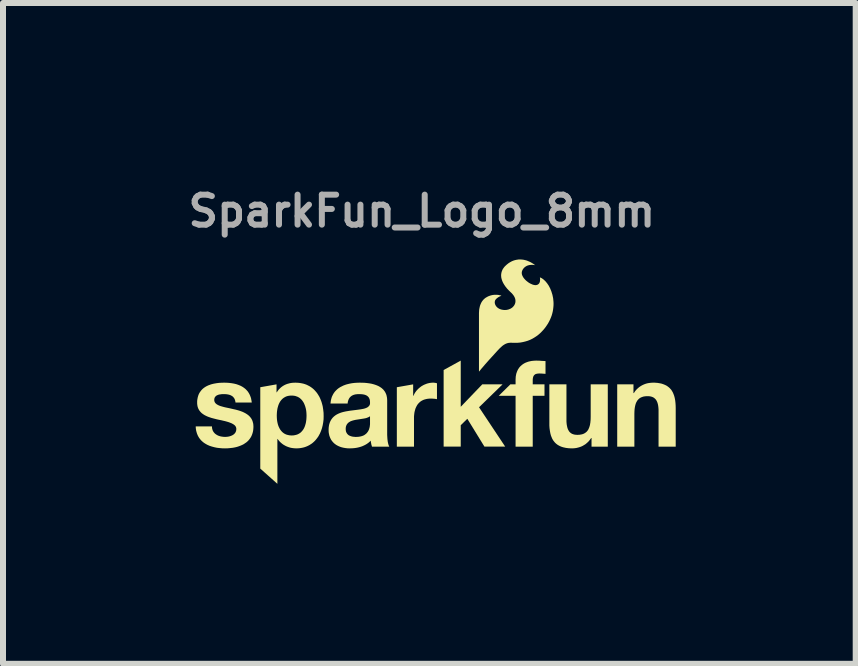
<source format=kicad_pcb>
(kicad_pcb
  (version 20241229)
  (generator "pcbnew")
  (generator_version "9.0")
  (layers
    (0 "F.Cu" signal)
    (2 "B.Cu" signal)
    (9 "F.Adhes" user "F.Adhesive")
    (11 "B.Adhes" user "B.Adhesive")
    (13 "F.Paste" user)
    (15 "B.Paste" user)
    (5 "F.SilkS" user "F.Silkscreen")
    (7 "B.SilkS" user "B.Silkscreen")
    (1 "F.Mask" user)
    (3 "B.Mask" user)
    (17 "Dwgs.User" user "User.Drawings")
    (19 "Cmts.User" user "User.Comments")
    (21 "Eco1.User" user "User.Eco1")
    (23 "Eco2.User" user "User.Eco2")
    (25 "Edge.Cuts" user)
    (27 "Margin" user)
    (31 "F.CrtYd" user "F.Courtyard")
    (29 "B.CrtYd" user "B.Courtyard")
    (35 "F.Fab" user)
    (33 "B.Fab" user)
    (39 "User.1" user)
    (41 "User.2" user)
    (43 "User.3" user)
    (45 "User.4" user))
  (footprint "SparkFun_Logo_8mm"
    (layer "F.Cu")
    (at 4.181 3.868)
    (property "Reference" "SparkFun_Logo_8mm" (at -0.2 -3.4 0) (layer "F.Fab") (effects (font (size 0.5 0.5) (thickness 0.1))))
    (attr board_only exclude_from_pos_files exclude_from_bom)
    (fp_poly (pts (xy 0.448 -0.138) (xy 0.807 -0.512) (xy 1.145 -0.512) (xy 0.753 -0.13) (xy 1.189 0.526) (xy 0.843 0.526) (xy 0.558 0.062) (xy 0.448 0.169) (xy 0.448 0.526) (xy 0.163 0.526) (xy 0.163 -0.751) (xy 0.448 -0.908)) (stroke (width 0) (type solid)) (fill yes) (layer "F.SilkS"))
    (fp_poly (pts (xy -0.006 -0.54) (xy -0.002 -0.54) (xy 0.002 -0.54) (xy 0.006 -0.539) (xy 0.014 -0.538) (xy 0.022 -0.537) (xy 0.03 -0.536) (xy 0.037 -0.534) (xy 0.045 -0.532) (xy 0.052 -0.53) (xy 0.052 -0.265) (xy 0.042 -0.267) (xy 0.03 -0.269) (xy 0.017 -0.271) (xy 0.004 -0.272) (xy -0.01 -0.273) (xy -0.023 -0.274) (xy -0.037 -0.275) (xy -0.05 -0.275) (xy -0.07 -0.275) (xy -0.088 -0.273) (xy -0.106 -0.271) (xy -0.123 -0.268) (xy -0.139 -0.264) (xy -0.154 -0.26) (xy -0.169 -0.255) (xy -0.183 -0.249) (xy -0.196 -0.242) (xy -0.209 -0.235) (xy -0.221 -0.227) (xy -0.232 -0.218) (xy -0.242 -0.209) (xy -0.252 -0.199) (xy -0.261 -0.189) (xy -0.27 -0.178) (xy -0.278 -0.166) (xy -0.285 -0.154) (xy -0.292 -0.141) (xy -0.298 -0.128) (xy -0.304 -0.115) (xy -0.309 -0.101) (xy -0.313 -0.086) (xy -0.317 -0.072) (xy -0.321 -0.056) (xy -0.324 -0.041) (xy -0.328 -0.009) (xy -0.331 0.024) (xy -0.331 0.059) (xy -0.331 0.527) (xy -0.617 0.527) (xy -0.617 -0.464) (xy -0.345 -0.512) (xy -0.345 -0.319) (xy -0.342 -0.319) (xy -0.336 -0.331) (xy -0.33 -0.343) (xy -0.324 -0.355) (xy -0.318 -0.366) (xy -0.311 -0.377) (xy -0.303 -0.388) (xy -0.295 -0.399) (xy -0.287 -0.409) (xy -0.278 -0.419) (xy -0.269 -0.428) (xy -0.26 -0.438) (xy -0.25 -0.446) (xy -0.24 -0.455) (xy -0.23 -0.463) (xy -0.22 -0.471) (xy -0.209 -0.479) (xy -0.198 -0.486) (xy -0.187 -0.492) (xy -0.175 -0.499) (xy -0.163 -0.505) (xy -0.151 -0.51) (xy -0.139 -0.515) (xy -0.127 -0.52) (xy -0.114 -0.524) (xy -0.102 -0.528) (xy -0.089 -0.531) (xy -0.076 -0.534) (xy -0.063 -0.536) (xy -0.05 -0.538) (xy -0.037 -0.539) (xy -0.023 -0.54) (xy -0.01 -0.54)) (stroke (width 0) (type solid)) (fill yes) (layer "F.SilkS"))
    (fp_poly (pts (xy 1.729 -0.907) (xy 1.748 -0.907) (xy 1.767 -0.906) (xy 1.786 -0.904) (xy 1.824 -0.902) (xy 1.842 -0.901) (xy 1.861 -0.9) (xy 1.861 -0.687) (xy 1.848 -0.688) (xy 1.835 -0.689) (xy 1.822 -0.69) (xy 1.808 -0.691) (xy 1.795 -0.692) (xy 1.782 -0.692) (xy 1.769 -0.693) (xy 1.756 -0.693) (xy 1.742 -0.692) (xy 1.735 -0.692) (xy 1.729 -0.691) (xy 1.723 -0.69) (xy 1.717 -0.689) (xy 1.712 -0.688) (xy 1.706 -0.686) (xy 1.701 -0.685) (xy 1.696 -0.683) (xy 1.692 -0.681) (xy 1.687 -0.678) (xy 1.683 -0.675) (xy 1.68 -0.673) (xy 1.676 -0.669) (xy 1.673 -0.666) (xy 1.669 -0.662) (xy 1.666 -0.658) (xy 1.664 -0.654) (xy 1.661 -0.65) (xy 1.659 -0.645) (xy 1.657 -0.64) (xy 1.655 -0.635) (xy 1.654 -0.629) (xy 1.652 -0.623) (xy 1.651 -0.617) (xy 1.65 -0.611) (xy 1.649 -0.604) (xy 1.648 -0.59) (xy 1.648 -0.574) (xy 1.648 -0.512) (xy 1.844 -0.512) (xy 1.844 -0.321) (xy 1.648 -0.321) (xy 1.648 0.527) (xy 1.362 0.527) (xy 1.362 -0.321) (xy 1.081 -0.321) (xy 1.275 -0.512) (xy 1.362 -0.512) (xy 1.362 -0.592) (xy 1.363 -0.609) (xy 1.364 -0.626) (xy 1.365 -0.643) (xy 1.368 -0.659) (xy 1.371 -0.675) (xy 1.374 -0.69) (xy 1.379 -0.705) (xy 1.384 -0.719) (xy 1.39 -0.734) (xy 1.396 -0.747) (xy 1.403 -0.761) (xy 1.411 -0.773) (xy 1.419 -0.786) (xy 1.428 -0.797) (xy 1.438 -0.809) (xy 1.449 -0.819) (xy 1.46 -0.829) (xy 1.472 -0.839) (xy 1.484 -0.848) (xy 1.498 -0.857) (xy 1.512 -0.865) (xy 1.526 -0.872) (xy 1.541 -0.878) (xy 1.557 -0.884) (xy 1.574 -0.89) (xy 1.591 -0.894) (xy 1.609 -0.898) (xy 1.628 -0.902) (xy 1.648 -0.904) (xy 1.668 -0.906) (xy 1.688 -0.907) (xy 1.71 -0.908)) (stroke (width 0) (type solid)) (fill yes) (layer "F.SilkS"))
    (fp_poly (pts (xy 2.21 0.074) (xy 2.21 0.105) (xy 2.212 0.134) (xy 2.215 0.161) (xy 2.22 0.186) (xy 2.225 0.209) (xy 2.232 0.23) (xy 2.236 0.24) (xy 2.241 0.249) (xy 2.246 0.258) (xy 2.251 0.266) (xy 2.256 0.274) (xy 2.262 0.281) (xy 2.269 0.288) (xy 2.276 0.294) (xy 2.283 0.3) (xy 2.291 0.305) (xy 2.299 0.31) (xy 2.307 0.314) (xy 2.316 0.317) (xy 2.326 0.321) (xy 2.336 0.323) (xy 2.346 0.326) (xy 2.357 0.327) (xy 2.368 0.329) (xy 2.38 0.329) (xy 2.393 0.33) (xy 2.407 0.329) (xy 2.421 0.329) (xy 2.434 0.327) (xy 2.446 0.325) (xy 2.459 0.323) (xy 2.47 0.32) (xy 2.482 0.317) (xy 2.492 0.313) (xy 2.503 0.308) (xy 2.512 0.303) (xy 2.522 0.297) (xy 2.53 0.291) (xy 2.539 0.284) (xy 2.547 0.277) (xy 2.554 0.269) (xy 2.561 0.26) (xy 2.568 0.251) (xy 2.574 0.241) (xy 2.579 0.23) (xy 2.584 0.219) (xy 2.589 0.207) (xy 2.593 0.195) (xy 2.597 0.182) (xy 2.601 0.168) (xy 2.604 0.153) (xy 2.606 0.138) (xy 2.609 0.122) (xy 2.61 0.106) (xy 2.612 0.088) (xy 2.613 0.07) (xy 2.614 0.032) (xy 2.614 -0.512) (xy 2.899 -0.512) (xy 2.899 0.527) (xy 2.628 0.527) (xy 2.628 0.382) (xy 2.622 0.382) (xy 2.615 0.393) (xy 2.607 0.403) (xy 2.6 0.413) (xy 2.592 0.423) (xy 2.584 0.433) (xy 2.576 0.442) (xy 2.567 0.45) (xy 2.558 0.459) (xy 2.549 0.467) (xy 2.54 0.474) (xy 2.531 0.482) (xy 2.521 0.489) (xy 2.501 0.501) (xy 2.481 0.513) (xy 2.46 0.523) (xy 2.439 0.531) (xy 2.417 0.538) (xy 2.394 0.544) (xy 2.372 0.549) (xy 2.349 0.552) (xy 2.327 0.554) (xy 2.304 0.555) (xy 2.276 0.554) (xy 2.25 0.553) (xy 2.225 0.55) (xy 2.201 0.547) (xy 2.178 0.542) (xy 2.156 0.537) (xy 2.136 0.531) (xy 2.117 0.524) (xy 2.099 0.516) (xy 2.082 0.507) (xy 2.066 0.498) (xy 2.051 0.487) (xy 2.037 0.476) (xy 2.024 0.464) (xy 2.012 0.451) (xy 2.001 0.437) (xy 1.99 0.423) (xy 1.981 0.408) (xy 1.972 0.392) (xy 1.965 0.375) (xy 1.958 0.358) (xy 1.951 0.34) (xy 1.946 0.321) (xy 1.941 0.302) (xy 1.934 0.262) (xy 1.928 0.219) (xy 1.925 0.174) (xy 1.925 0.127) (xy 1.925 -0.512) (xy 2.21 -0.512)) (stroke (width 0) (type solid)) (fill yes) (layer "F.SilkS"))
    (fp_poly (pts (xy 3.679 -0.54) (xy 3.705 -0.538) (xy 3.73 -0.536) (xy 3.754 -0.532) (xy 3.777 -0.528) (xy 3.799 -0.523) (xy 3.819 -0.516) (xy 3.838 -0.509) (xy 3.856 -0.501) (xy 3.873 -0.493) (xy 3.889 -0.483) (xy 3.904 -0.472) (xy 3.918 -0.461) (xy 3.931 -0.449) (xy 3.943 -0.436) (xy 3.955 -0.423) (xy 3.965 -0.408) (xy 3.974 -0.393) (xy 3.983 -0.377) (xy 3.99 -0.361) (xy 3.997 -0.343) (xy 4.004 -0.325) (xy 4.009 -0.307) (xy 4.014 -0.288) (xy 4.022 -0.247) (xy 4.027 -0.204) (xy 4.03 -0.159) (xy 4.031 -0.112) (xy 4.031 0.527) (xy 3.745 0.527) (xy 3.745 -0.06) (xy 3.745 -0.091) (xy 3.743 -0.12) (xy 3.74 -0.147) (xy 3.736 -0.172) (xy 3.73 -0.195) (xy 3.723 -0.216) (xy 3.719 -0.225) (xy 3.714 -0.235) (xy 3.71 -0.243) (xy 3.704 -0.252) (xy 3.699 -0.259) (xy 3.693 -0.266) (xy 3.686 -0.273) (xy 3.679 -0.279) (xy 3.672 -0.285) (xy 3.665 -0.29) (xy 3.656 -0.295) (xy 3.648 -0.299) (xy 3.639 -0.303) (xy 3.629 -0.306) (xy 3.619 -0.309) (xy 3.609 -0.311) (xy 3.598 -0.313) (xy 3.587 -0.314) (xy 3.575 -0.315) (xy 3.563 -0.315) (xy 3.548 -0.315) (xy 3.535 -0.314) (xy 3.521 -0.313) (xy 3.509 -0.311) (xy 3.496 -0.309) (xy 3.485 -0.306) (xy 3.474 -0.302) (xy 3.463 -0.298) (xy 3.453 -0.294) (xy 3.443 -0.289) (xy 3.434 -0.283) (xy 3.425 -0.277) (xy 3.416 -0.27) (xy 3.409 -0.262) (xy 3.401 -0.254) (xy 3.394 -0.246) (xy 3.388 -0.236) (xy 3.382 -0.226) (xy 3.376 -0.216) (xy 3.371 -0.205) (xy 3.366 -0.193) (xy 3.362 -0.18) (xy 3.358 -0.167) (xy 3.355 -0.153) (xy 3.352 -0.139) (xy 3.349 -0.123) (xy 3.347 -0.108) (xy 3.345 -0.091) (xy 3.344 -0.074) (xy 3.343 -0.056) (xy 3.342 -0.018) (xy 3.342 0.527) (xy 3.056 0.527) (xy 3.056 -0.512) (xy 3.327 -0.512) (xy 3.327 -0.367) (xy 3.334 -0.367) (xy 3.341 -0.378) (xy 3.348 -0.389) (xy 3.355 -0.399) (xy 3.363 -0.409) (xy 3.371 -0.418) (xy 3.379 -0.427) (xy 3.388 -0.436) (xy 3.397 -0.444) (xy 3.406 -0.452) (xy 3.415 -0.46) (xy 3.424 -0.467) (xy 3.434 -0.474) (xy 3.454 -0.487) (xy 3.474 -0.498) (xy 3.495 -0.508) (xy 3.517 -0.517) (xy 3.538 -0.524) (xy 3.561 -0.53) (xy 3.583 -0.534) (xy 3.606 -0.537) (xy 3.628 -0.539) (xy 3.651 -0.54)) (stroke (width 0) (type solid)) (fill yes) (layer "F.SilkS"))
    (fp_poly (pts (xy -2.279 -0.539) (xy -2.25 -0.537) (xy -2.222 -0.533) (xy -2.195 -0.528) (xy -2.169 -0.522) (xy -2.144 -0.514) (xy -2.12 -0.505) (xy -2.098 -0.494) (xy -2.076 -0.483) (xy -2.055 -0.47) (xy -2.035 -0.456) (xy -2.016 -0.441) (xy -1.998 -0.425) (xy -1.982 -0.408) (xy -1.966 -0.39) (xy -1.951 -0.372) (xy -1.937 -0.352) (xy -1.924 -0.331) (xy -1.911 -0.31) (xy -1.9 -0.288) (xy -1.89 -0.265) (xy -1.881 -0.242) (xy -1.872 -0.218) (xy -1.865 -0.193) (xy -1.858 -0.168) (xy -1.852 -0.143) (xy -1.844 -0.09) (xy -1.838 -0.037) (xy -1.837 0.018) (xy -1.838 0.07) (xy -1.844 0.121) (xy -1.853 0.171) (xy -1.865 0.219) (xy -1.881 0.266) (xy -1.9 0.31) (xy -1.912 0.331) (xy -1.923 0.352) (xy -1.936 0.371) (xy -1.95 0.39) (xy -1.965 0.409) (xy -1.98 0.426) (xy -1.997 0.443) (xy -2.014 0.458) (xy -2.032 0.473) (xy -2.052 0.486) (xy -2.072 0.499) (xy -2.093 0.51) (xy -2.114 0.52) (xy -2.137 0.529) (xy -2.161 0.537) (xy -2.185 0.543) (xy -2.211 0.548) (xy -2.237 0.552) (xy -2.264 0.554) (xy -2.293 0.555) (xy -2.316 0.554) (xy -2.339 0.552) (xy -2.362 0.549) (xy -2.385 0.545) (xy -2.407 0.539) (xy -2.428 0.532) (xy -2.449 0.524) (xy -2.469 0.515) (xy -2.489 0.504) (xy -2.508 0.493) (xy -2.526 0.48) (xy -2.543 0.466) (xy -2.56 0.451) (xy -2.576 0.434) (xy -2.59 0.417) (xy -2.604 0.398) (xy -2.608 0.398) (xy -2.608 1.146) (xy -2.893 0.892) (xy -2.893 0.01) (xy -2.618 0.01) (xy -2.617 0.042) (xy -2.615 0.073) (xy -2.611 0.103) (xy -2.605 0.133) (xy -2.598 0.161) (xy -2.588 0.189) (xy -2.576 0.214) (xy -2.57 0.226) (xy -2.563 0.238) (xy -2.555 0.249) (xy -2.547 0.26) (xy -2.538 0.27) (xy -2.529 0.28) (xy -2.519 0.289) (xy -2.509 0.297) (xy -2.498 0.305) (xy -2.486 0.312) (xy -2.474 0.318) (xy -2.461 0.324) (xy -2.447 0.328) (xy -2.433 0.332) (xy -2.418 0.335) (xy -2.402 0.338) (xy -2.386 0.339) (xy -2.369 0.34) (xy -2.352 0.339) (xy -2.335 0.338) (xy -2.32 0.335) (xy -2.305 0.332) (xy -2.29 0.328) (xy -2.277 0.324) (xy -2.264 0.318) (xy -2.252 0.312) (xy -2.24 0.305) (xy -2.229 0.297) (xy -2.218 0.289) (xy -2.209 0.28) (xy -2.2 0.27) (xy -2.191 0.26) (xy -2.183 0.249) (xy -2.175 0.238) (xy -2.168 0.226) (xy -2.162 0.214) (xy -2.156 0.202) (xy -2.151 0.189) (xy -2.146 0.175) (xy -2.142 0.161) (xy -2.138 0.147) (xy -2.134 0.133) (xy -2.129 0.103) (xy -2.125 0.073) (xy -2.123 0.042) (xy -2.122 0.01) (xy -2.123 -0.021) (xy -2.125 -0.052) (xy -2.129 -0.083) (xy -2.135 -0.112) (xy -2.143 -0.141) (xy -2.153 -0.169) (xy -2.164 -0.195) (xy -2.171 -0.208) (xy -2.178 -0.22) (xy -2.186 -0.231) (xy -2.194 -0.243) (xy -2.203 -0.253) (xy -2.212 -0.263) (xy -2.222 -0.272) (xy -2.232 -0.281) (xy -2.243 -0.289) (xy -2.255 -0.296) (xy -2.267 -0.303) (xy -2.28 -0.308) (xy -2.294 -0.313) (xy -2.308 -0.318) (xy -2.323 -0.321) (xy -2.338 -0.323) (xy -2.354 -0.325) (xy -2.371 -0.325) (xy -2.388 -0.325) (xy -2.404 -0.323) (xy -2.42 -0.321) (xy -2.435 -0.318) (xy -2.449 -0.314) (xy -2.463 -0.309) (xy -2.476 -0.303) (xy -2.488 -0.296) (xy -2.5 -0.289) (xy -2.511 -0.281) (xy -2.521 -0.273) (xy -2.531 -0.263) (xy -2.54 -0.254) (xy -2.549 -0.243) (xy -2.557 -0.232) (xy -2.565 -0.221) (xy -2.571 -0.209) (xy -2.578 -0.196) (xy -2.584 -0.183) (xy -2.589 -0.17) (xy -2.594 -0.156) (xy -2.598 -0.142) (xy -2.602 -0.128) (xy -2.606 -0.113) (xy -2.611 -0.083) (xy -2.615 -0.053) (xy -2.617 -0.021) (xy -2.618 0.01) (xy -2.893 0.01) (xy -2.893 -0.464) (xy -2.622 -0.512) (xy -2.622 -0.379) (xy -2.618 -0.379) (xy -2.611 -0.39) (xy -2.604 -0.4) (xy -2.597 -0.409) (xy -2.59 -0.419) (xy -2.582 -0.428) (xy -2.574 -0.436) (xy -2.566 -0.444) (xy -2.558 -0.452) (xy -2.55 -0.459) (xy -2.541 -0.467) (xy -2.532 -0.473) (xy -2.523 -0.48) (xy -2.514 -0.486) (xy -2.505 -0.491) (xy -2.495 -0.497) (xy -2.485 -0.502) (xy -2.475 -0.507) (xy -2.465 -0.511) (xy -2.445 -0.519) (xy -2.423 -0.525) (xy -2.401 -0.531) (xy -2.379 -0.535) (xy -2.356 -0.538) (xy -2.333 -0.539) (xy -2.309 -0.54)) (stroke (width 0) (type solid)) (fill yes) (layer "F.SilkS"))
    (fp_poly (pts (xy -1.195 -0.539) (xy -1.155 -0.538) (xy -1.115 -0.534) (xy -1.076 -0.529) (xy -1.037 -0.522) (xy -0.999 -0.512) (xy -0.963 -0.5) (xy -0.929 -0.486) (xy -0.912 -0.477) (xy -0.897 -0.468) (xy -0.882 -0.458) (xy -0.868 -0.448) (xy -0.855 -0.436) (xy -0.842 -0.424) (xy -0.831 -0.41) (xy -0.82 -0.396) (xy -0.811 -0.381) (xy -0.803 -0.365) (xy -0.795 -0.347) (xy -0.789 -0.329) (xy -0.785 -0.31) (xy -0.781 -0.289) (xy -0.779 -0.268) (xy -0.778 -0.245) (xy -0.778 0.296) (xy -0.778 0.331) (xy -0.776 0.366) (xy -0.774 0.399) (xy -0.77 0.431) (xy -0.768 0.446) (xy -0.765 0.46) (xy -0.762 0.473) (xy -0.759 0.486) (xy -0.755 0.498) (xy -0.751 0.508) (xy -0.747 0.518) (xy -0.742 0.527) (xy -1.031 0.527) (xy -1.035 0.514) (xy -1.038 0.502) (xy -1.042 0.49) (xy -1.044 0.477) (xy -1.047 0.464) (xy -1.049 0.452) (xy -1.051 0.439) (xy -1.052 0.426) (xy -1.069 0.443) (xy -1.087 0.459) (xy -1.106 0.473) (xy -1.126 0.486) (xy -1.147 0.498) (xy -1.168 0.508) (xy -1.19 0.518) (xy -1.212 0.526) (xy -1.235 0.533) (xy -1.258 0.539) (xy -1.281 0.544) (xy -1.305 0.548) (xy -1.329 0.551) (xy -1.353 0.553) (xy -1.377 0.554) (xy -1.401 0.555) (xy -1.438 0.554) (xy -1.473 0.55) (xy -1.508 0.544) (xy -1.54 0.536) (xy -1.556 0.531) (xy -1.571 0.525) (xy -1.586 0.519) (xy -1.6 0.512) (xy -1.614 0.505) (xy -1.627 0.497) (xy -1.64 0.488) (xy -1.652 0.479) (xy -1.664 0.469) (xy -1.675 0.458) (xy -1.685 0.447) (xy -1.695 0.435) (xy -1.704 0.423) (xy -1.713 0.41) (xy -1.72 0.396) (xy -1.727 0.382) (xy -1.733 0.367) (xy -1.739 0.351) (xy -1.744 0.335) (xy -1.747 0.318) (xy -1.751 0.3) (xy -1.753 0.282) (xy -1.754 0.263) (xy -1.754 0.243) (xy -1.754 0.231) (xy -1.469 0.231) (xy -1.469 0.241) (xy -1.468 0.25) (xy -1.467 0.259) (xy -1.466 0.267) (xy -1.464 0.275) (xy -1.461 0.282) (xy -1.458 0.289) (xy -1.455 0.296) (xy -1.451 0.302) (xy -1.447 0.308) (xy -1.443 0.314) (xy -1.438 0.319) (xy -1.433 0.324) (xy -1.428 0.329) (xy -1.423 0.333) (xy -1.417 0.337) (xy -1.41 0.34) (xy -1.404 0.344) (xy -1.397 0.347) (xy -1.39 0.349) (xy -1.383 0.352) (xy -1.376 0.354) (xy -1.369 0.356) (xy -1.361 0.358) (xy -1.345 0.361) (xy -1.329 0.362) (xy -1.312 0.364) (xy -1.294 0.364) (xy -1.274 0.363) (xy -1.255 0.362) (xy -1.237 0.359) (xy -1.221 0.356) (xy -1.205 0.352) (xy -1.19 0.347) (xy -1.177 0.342) (xy -1.164 0.336) (xy -1.153 0.329) (xy -1.142 0.321) (xy -1.132 0.313) (xy -1.123 0.305) (xy -1.115 0.296) (xy -1.108 0.287) (xy -1.101 0.278) (xy -1.095 0.268) (xy -1.09 0.259) (xy -1.085 0.249) (xy -1.081 0.239) (xy -1.078 0.229) (xy -1.072 0.209) (xy -1.068 0.189) (xy -1.066 0.171) (xy -1.064 0.154) (xy -1.064 0.125) (xy -1.064 0.018) (xy -1.068 0.022) (xy -1.073 0.026) (xy -1.078 0.029) (xy -1.084 0.032) (xy -1.096 0.038) (xy -1.109 0.043) (xy -1.122 0.048) (xy -1.136 0.052) (xy -1.151 0.055) (xy -1.167 0.058) (xy -1.301 0.079) (xy -1.317 0.082) (xy -1.333 0.086) (xy -1.349 0.09) (xy -1.364 0.095) (xy -1.379 0.1) (xy -1.393 0.106) (xy -1.406 0.114) (xy -1.412 0.118) (xy -1.418 0.122) (xy -1.424 0.126) (xy -1.429 0.131) (xy -1.434 0.136) (xy -1.439 0.141) (xy -1.444 0.147) (xy -1.448 0.153) (xy -1.452 0.159) (xy -1.455 0.166) (xy -1.459 0.173) (xy -1.461 0.18) (xy -1.464 0.187) (xy -1.466 0.195) (xy -1.467 0.204) (xy -1.469 0.213) (xy -1.469 0.222) (xy -1.469 0.231) (xy -1.754 0.231) (xy -1.752 0.201) (xy -1.746 0.163) (xy -1.736 0.129) (xy -1.723 0.098) (xy -1.707 0.071) (xy -1.688 0.046) (xy -1.667 0.025) (xy -1.643 0.006) (xy -1.618 -0.01) (xy -1.59 -0.024) (xy -1.561 -0.036) (xy -1.531 -0.046) (xy -1.5 -0.054) (xy -1.468 -0.061) (xy -1.403 -0.072) (xy -1.276 -0.088) (xy -1.218 -0.096) (xy -1.166 -0.106) (xy -1.143 -0.113) (xy -1.123 -0.121) (xy -1.105 -0.13) (xy -1.09 -0.142) (xy -1.078 -0.155) (xy -1.069 -0.17) (xy -1.064 -0.188) (xy -1.064 -0.209) (xy -1.064 -0.22) (xy -1.065 -0.23) (xy -1.066 -0.24) (xy -1.067 -0.249) (xy -1.069 -0.258) (xy -1.072 -0.266) (xy -1.075 -0.274) (xy -1.078 -0.281) (xy -1.082 -0.288) (xy -1.086 -0.295) (xy -1.091 -0.301) (xy -1.096 -0.306) (xy -1.101 -0.311) (xy -1.106 -0.316) (xy -1.112 -0.32) (xy -1.118 -0.324) (xy -1.125 -0.328) (xy -1.132 -0.331) (xy -1.139 -0.334) (xy -1.146 -0.337) (xy -1.153 -0.339) (xy -1.161 -0.341) (xy -1.169 -0.343) (xy -1.177 -0.344) (xy -1.194 -0.347) (xy -1.212 -0.348) (xy -1.23 -0.349) (xy -1.248 -0.349) (xy -1.269 -0.349) (xy -1.288 -0.347) (xy -1.306 -0.345) (xy -1.323 -0.341) (xy -1.331 -0.338) (xy -1.339 -0.336) (xy -1.347 -0.333) (xy -1.354 -0.329) (xy -1.361 -0.326) (xy -1.368 -0.322) (xy -1.374 -0.318) (xy -1.38 -0.313) (xy -1.386 -0.308) (xy -1.392 -0.303) (xy -1.397 -0.297) (xy -1.402 -0.292) (xy -1.407 -0.285) (xy -1.411 -0.279) (xy -1.415 -0.272) (xy -1.419 -0.264) (xy -1.422 -0.257) (xy -1.425 -0.249) (xy -1.428 -0.24) (xy -1.431 -0.232) (xy -1.433 -0.222) (xy -1.435 -0.213) (xy -1.436 -0.203) (xy -1.437 -0.192) (xy -1.723 -0.192) (xy -1.72 -0.217) (xy -1.717 -0.24) (xy -1.712 -0.262) (xy -1.706 -0.284) (xy -1.7 -0.304) (xy -1.691 -0.323) (xy -1.682 -0.341) (xy -1.672 -0.359) (xy -1.661 -0.375) (xy -1.649 -0.391) (xy -1.636 -0.405) (xy -1.622 -0.419) (xy -1.608 -0.432) (xy -1.593 -0.444) (xy -1.577 -0.455) (xy -1.56 -0.466) (xy -1.542 -0.475) (xy -1.524 -0.484) (xy -1.506 -0.493) (xy -1.487 -0.5) (xy -1.468 -0.507) (xy -1.448 -0.513) (xy -1.427 -0.518) (xy -1.407 -0.523) (xy -1.365 -0.531) (xy -1.322 -0.536) (xy -1.278 -0.539) (xy -1.234 -0.54)) (stroke (width 0) (type solid)) (fill yes) (layer "F.SilkS"))
    (fp_poly (pts (xy -3.451 -0.539) (xy -3.41 -0.536) (xy -3.37 -0.531) (xy -3.33 -0.524) (xy -3.292 -0.515) (xy -3.255 -0.502) (xy -3.221 -0.488) (xy -3.204 -0.479) (xy -3.188 -0.47) (xy -3.173 -0.46) (xy -3.158 -0.449) (xy -3.144 -0.438) (xy -3.131 -0.426) (xy -3.118 -0.412) (xy -3.106 -0.399) (xy -3.095 -0.384) (xy -3.085 -0.368) (xy -3.075 -0.351) (xy -3.067 -0.334) (xy -3.059 -0.315) (xy -3.052 -0.296) (xy -3.046 -0.276) (xy -3.042 -0.254) (xy -3.038 -0.232) (xy -3.035 -0.209) (xy -3.306 -0.209) (xy -3.307 -0.219) (xy -3.309 -0.228) (xy -3.311 -0.238) (xy -3.313 -0.246) (xy -3.316 -0.255) (xy -3.319 -0.263) (xy -3.322 -0.27) (xy -3.326 -0.277) (xy -3.33 -0.284) (xy -3.335 -0.29) (xy -3.34 -0.296) (xy -3.345 -0.302) (xy -3.35 -0.307) (xy -3.356 -0.312) (xy -3.362 -0.316) (xy -3.369 -0.32) (xy -3.375 -0.324) (xy -3.382 -0.328) (xy -3.389 -0.331) (xy -3.397 -0.334) (xy -3.405 -0.337) (xy -3.412 -0.339) (xy -3.421 -0.341) (xy -3.429 -0.343) (xy -3.446 -0.346) (xy -3.464 -0.348) (xy -3.482 -0.349) (xy -3.501 -0.349) (xy -3.514 -0.349) (xy -3.527 -0.349) (xy -3.54 -0.348) (xy -3.553 -0.346) (xy -3.567 -0.344) (xy -3.58 -0.342) (xy -3.593 -0.338) (xy -3.605 -0.333) (xy -3.611 -0.331) (xy -3.616 -0.328) (xy -3.622 -0.325) (xy -3.627 -0.321) (xy -3.632 -0.318) (xy -3.636 -0.313) (xy -3.641 -0.309) (xy -3.644 -0.304) (xy -3.648 -0.299) (xy -3.651 -0.294) (xy -3.654 -0.288) (xy -3.656 -0.282) (xy -3.658 -0.275) (xy -3.659 -0.268) (xy -3.66 -0.261) (xy -3.66 -0.253) (xy -3.66 -0.243) (xy -3.658 -0.235) (xy -3.656 -0.226) (xy -3.653 -0.218) (xy -3.649 -0.211) (xy -3.644 -0.204) (xy -3.639 -0.197) (xy -3.632 -0.191) (xy -3.625 -0.185) (xy -3.618 -0.179) (xy -3.609 -0.174) (xy -3.6 -0.169) (xy -3.591 -0.164) (xy -3.581 -0.16) (xy -3.57 -0.155) (xy -3.559 -0.151) (xy -3.535 -0.144) (xy -3.51 -0.137) (xy -3.483 -0.13) (xy -3.455 -0.124) (xy -3.397 -0.112) (xy -3.367 -0.105) (xy -3.337 -0.098) (xy -3.305 -0.091) (xy -3.275 -0.083) (xy -3.244 -0.074) (xy -3.215 -0.064) (xy -3.186 -0.053) (xy -3.159 -0.04) (xy -3.133 -0.026) (xy -3.109 -0.01) (xy -3.098 -0.002) (xy -3.087 0.007) (xy -3.077 0.016) (xy -3.068 0.026) (xy -3.058 0.037) (xy -3.05 0.048) (xy -3.042 0.059) (xy -3.035 0.072) (xy -3.029 0.084) (xy -3.023 0.098) (xy -3.019 0.112) (xy -3.015 0.127) (xy -3.011 0.142) (xy -3.009 0.159) (xy -3.008 0.175) (xy -3.007 0.193) (xy -3.008 0.218) (xy -3.01 0.242) (xy -3.013 0.265) (xy -3.018 0.287) (xy -3.024 0.308) (xy -3.031 0.328) (xy -3.039 0.347) (xy -3.048 0.365) (xy -3.059 0.382) (xy -3.07 0.398) (xy -3.082 0.413) (xy -3.095 0.428) (xy -3.109 0.441) (xy -3.124 0.454) (xy -3.14 0.465) (xy -3.156 0.476) (xy -3.173 0.487) (xy -3.191 0.496) (xy -3.209 0.504) (xy -3.228 0.512) (xy -3.247 0.519) (xy -3.267 0.526) (xy -3.288 0.532) (xy -3.308 0.537) (xy -3.35 0.545) (xy -3.394 0.55) (xy -3.437 0.554) (xy -3.481 0.555) (xy -3.527 0.554) (xy -3.571 0.55) (xy -3.615 0.545) (xy -3.658 0.536) (xy -3.699 0.525) (xy -3.739 0.512) (xy -3.777 0.495) (xy -3.795 0.485) (xy -3.812 0.475) (xy -3.829 0.464) (xy -3.845 0.452) (xy -3.86 0.439) (xy -3.874 0.426) (xy -3.888 0.411) (xy -3.9 0.396) (xy -3.912 0.38) (xy -3.923 0.362) (xy -3.933 0.344) (xy -3.941 0.325) (xy -3.949 0.305) (xy -3.955 0.284) (xy -3.961 0.262) (xy -3.965 0.239) (xy -3.968 0.214) (xy -3.969 0.189) (xy -3.698 0.189) (xy -3.698 0.2) (xy -3.697 0.211) (xy -3.696 0.222) (xy -3.693 0.232) (xy -3.691 0.241) (xy -3.688 0.251) (xy -3.684 0.26) (xy -3.68 0.268) (xy -3.675 0.276) (xy -3.67 0.284) (xy -3.664 0.291) (xy -3.658 0.298) (xy -3.652 0.305) (xy -3.645 0.311) (xy -3.638 0.317) (xy -3.63 0.322) (xy -3.622 0.328) (xy -3.614 0.332) (xy -3.606 0.337) (xy -3.597 0.341) (xy -3.588 0.345) (xy -3.579 0.348) (xy -3.57 0.351) (xy -3.56 0.354) (xy -3.55 0.356) (xy -3.541 0.358) (xy -3.52 0.361) (xy -3.5 0.363) (xy -3.479 0.364) (xy -3.464 0.363) (xy -3.448 0.362) (xy -3.432 0.36) (xy -3.416 0.357) (xy -3.4 0.353) (xy -3.385 0.348) (xy -3.37 0.342) (xy -3.356 0.335) (xy -3.349 0.331) (xy -3.343 0.327) (xy -3.336 0.322) (xy -3.33 0.317) (xy -3.325 0.312) (xy -3.32 0.307) (xy -3.315 0.301) (xy -3.31 0.294) (xy -3.306 0.288) (xy -3.303 0.281) (xy -3.3 0.274) (xy -3.297 0.266) (xy -3.295 0.258) (xy -3.294 0.249) (xy -3.293 0.241) (xy -3.292 0.231) (xy -3.293 0.223) (xy -3.294 0.216) (xy -3.296 0.208) (xy -3.298 0.201) (xy -3.301 0.195) (xy -3.305 0.188) (xy -3.309 0.182) (xy -3.314 0.176) (xy -3.32 0.17) (xy -3.327 0.164) (xy -3.334 0.159) (xy -3.341 0.154) (xy -3.35 0.149) (xy -3.358 0.144) (xy -3.368 0.139) (xy -3.378 0.134) (xy -3.389 0.13) (xy -3.4 0.126) (xy -3.412 0.121) (xy -3.424 0.117) (xy -3.451 0.109) (xy -3.48 0.101) (xy -3.511 0.094) (xy -3.544 0.086) (xy -3.579 0.079) (xy -3.616 0.071) (xy -3.678 0.055) (xy -3.708 0.047) (xy -3.738 0.037) (xy -3.766 0.027) (xy -3.793 0.015) (xy -3.819 0.002) (xy -3.843 -0.013) (xy -3.854 -0.021) (xy -3.865 -0.029) (xy -3.875 -0.038) (xy -3.885 -0.048) (xy -3.894 -0.058) (xy -3.902 -0.068) (xy -3.91 -0.079) (xy -3.917 -0.091) (xy -3.924 -0.103) (xy -3.929 -0.116) (xy -3.934 -0.129) (xy -3.938 -0.143) (xy -3.941 -0.158) (xy -3.943 -0.173) (xy -3.945 -0.19) (xy -3.945 -0.207) (xy -3.945 -0.231) (xy -3.943 -0.254) (xy -3.939 -0.276) (xy -3.935 -0.297) (xy -3.929 -0.317) (xy -3.923 -0.336) (xy -3.915 -0.354) (xy -3.906 -0.371) (xy -3.896 -0.386) (xy -3.885 -0.401) (xy -3.874 -0.415) (xy -3.861 -0.429) (xy -3.848 -0.441) (xy -3.834 -0.452) (xy -3.819 -0.463) (xy -3.803 -0.473) (xy -3.787 -0.482) (xy -3.77 -0.49) (xy -3.752 -0.498) (xy -3.734 -0.504) (xy -3.716 -0.511) (xy -3.697 -0.516) (xy -3.678 -0.521) (xy -3.658 -0.525) (xy -3.618 -0.532) (xy -3.577 -0.537) (xy -3.535 -0.539) (xy -3.494 -0.54)) (stroke (width 0) (type solid)) (fill yes) (layer "F.SilkS"))
    (fp_poly (pts (xy 1.449 -2.593) (xy 1.468 -2.592) (xy 1.486 -2.59) (xy 1.503 -2.587) (xy 1.52 -2.583) (xy 1.536 -2.579) (xy 1.552 -2.574) (xy 1.567 -2.568) (xy 1.581 -2.562) (xy 1.595 -2.556) (xy 1.608 -2.55) (xy 1.631 -2.537) (xy 1.651 -2.525) (xy 1.667 -2.515) (xy 1.678 -2.506) (xy 1.688 -2.498) (xy 1.683 -2.499) (xy 1.669 -2.502) (xy 1.659 -2.503) (xy 1.647 -2.504) (xy 1.634 -2.504) (xy 1.621 -2.503) (xy 1.606 -2.502) (xy 1.591 -2.5) (xy 1.575 -2.496) (xy 1.567 -2.494) (xy 1.56 -2.491) (xy 1.552 -2.488) (xy 1.544 -2.484) (xy 1.537 -2.48) (xy 1.529 -2.475) (xy 1.522 -2.47) (xy 1.515 -2.465) (xy 1.508 -2.458) (xy 1.501 -2.452) (xy 1.493 -2.442) (xy 1.486 -2.432) (xy 1.48 -2.423) (xy 1.475 -2.413) (xy 1.473 -2.408) (xy 1.471 -2.402) (xy 1.469 -2.397) (xy 1.468 -2.392) (xy 1.466 -2.387) (xy 1.466 -2.381) (xy 1.465 -2.376) (xy 1.465 -2.371) (xy 1.465 -2.365) (xy 1.466 -2.359) (xy 1.466 -2.354) (xy 1.467 -2.348) (xy 1.469 -2.342) (xy 1.47 -2.336) (xy 1.473 -2.33) (xy 1.475 -2.324) (xy 1.478 -2.318) (xy 1.481 -2.312) (xy 1.484 -2.306) (xy 1.488 -2.299) (xy 1.492 -2.293) (xy 1.497 -2.286) (xy 1.507 -2.273) (xy 1.517 -2.262) (xy 1.527 -2.251) (xy 1.538 -2.241) (xy 1.55 -2.231) (xy 1.563 -2.221) (xy 1.576 -2.211) (xy 1.59 -2.202) (xy 1.604 -2.194) (xy 1.618 -2.187) (xy 1.632 -2.181) (xy 1.645 -2.175) (xy 1.659 -2.171) (xy 1.672 -2.168) (xy 1.679 -2.167) (xy 1.685 -2.166) (xy 1.691 -2.166) (xy 1.697 -2.166) (xy 1.703 -2.166) (xy 1.709 -2.167) (xy 1.716 -2.169) (xy 1.723 -2.171) (xy 1.73 -2.174) (xy 1.735 -2.177) (xy 1.741 -2.181) (xy 1.745 -2.185) (xy 1.75 -2.189) (xy 1.753 -2.194) (xy 1.757 -2.198) (xy 1.76 -2.204) (xy 1.762 -2.209) (xy 1.764 -2.214) (xy 1.766 -2.22) (xy 1.767 -2.225) (xy 1.769 -2.231) (xy 1.769 -2.237) (xy 1.77 -2.248) (xy 1.771 -2.258) (xy 1.77 -2.268) (xy 1.77 -2.277) (xy 1.769 -2.284) (xy 1.768 -2.29) (xy 1.767 -2.295) (xy 1.782 -2.289) (xy 1.798 -2.281) (xy 1.813 -2.271) (xy 1.829 -2.259) (xy 1.859 -2.231) (xy 1.888 -2.196) (xy 1.915 -2.156) (xy 1.939 -2.11) (xy 1.959 -2.06) (xy 1.976 -2.005) (xy 1.988 -1.947) (xy 1.991 -1.917) (xy 1.994 -1.886) (xy 1.995 -1.855) (xy 1.994 -1.823) (xy 1.991 -1.79) (xy 1.987 -1.757) (xy 1.981 -1.724) (xy 1.973 -1.691) (xy 1.963 -1.657) (xy 1.95 -1.623) (xy 1.936 -1.59) (xy 1.919 -1.556) (xy 1.9 -1.522) (xy 1.878 -1.489) (xy 1.854 -1.455) (xy 1.828 -1.423) (xy 1.8 -1.393) (xy 1.771 -1.364) (xy 1.741 -1.338) (xy 1.709 -1.314) (xy 1.675 -1.292) (xy 1.641 -1.272) (xy 1.604 -1.254) (xy 1.566 -1.239) (xy 1.526 -1.227) (xy 1.485 -1.217) (xy 1.442 -1.209) (xy 1.398 -1.205) (xy 1.352 -1.204) (xy 1.304 -1.205) (xy 1.291 -1.206) (xy 1.279 -1.206) (xy 1.267 -1.205) (xy 1.256 -1.204) (xy 1.245 -1.203) (xy 1.234 -1.2) (xy 1.223 -1.198) (xy 1.213 -1.194) (xy 1.203 -1.19) (xy 1.193 -1.186) (xy 1.184 -1.181) (xy 1.174 -1.175) (xy 1.155 -1.163) (xy 1.137 -1.149) (xy 1.119 -1.132) (xy 1.1 -1.115) (xy 1.081 -1.095) (xy 1.061 -1.074) (xy 0.972 -0.976) (xy 0.929 -0.929) (xy 0.888 -0.883) (xy 0.85 -0.84) (xy 0.818 -0.802) (xy 0.79 -0.77) (xy 0.77 -0.745) (xy 0.752 -0.724) (xy 0.752 -1.665) (xy 0.752 -1.684) (xy 0.752 -1.702) (xy 0.753 -1.719) (xy 0.754 -1.736) (xy 0.755 -1.752) (xy 0.757 -1.767) (xy 0.76 -1.782) (xy 0.763 -1.796) (xy 0.766 -1.809) (xy 0.769 -1.822) (xy 0.774 -1.834) (xy 0.778 -1.846) (xy 0.783 -1.857) (xy 0.788 -1.868) (xy 0.793 -1.878) (xy 0.799 -1.888) (xy 0.805 -1.897) (xy 0.812 -1.906) (xy 0.818 -1.914) (xy 0.825 -1.922) (xy 0.832 -1.929) (xy 0.84 -1.936) (xy 0.847 -1.943) (xy 0.855 -1.949) (xy 0.863 -1.955) (xy 0.872 -1.96) (xy 0.88 -1.965) (xy 0.889 -1.97) (xy 0.906 -1.979) (xy 0.925 -1.986) (xy 0.935 -1.99) (xy 0.945 -1.993) (xy 0.955 -1.996) (xy 0.965 -1.998) (xy 0.974 -2) (xy 0.984 -2.002) (xy 0.993 -2.003) (xy 1.002 -2.004) (xy 1.011 -2.005) (xy 1.02 -2.005) (xy 1.028 -2.005) (xy 1.036 -2.005) (xy 1.044 -2.005) (xy 1.052 -2.005) (xy 1.066 -2.003) (xy 1.08 -2.002) (xy 1.091 -1.999) (xy 1.102 -1.997) (xy 1.11 -1.995) (xy 1.117 -1.993) (xy 1.122 -1.991) (xy 1.127 -1.99) (xy 1.114 -1.984) (xy 1.1 -1.978) (xy 1.092 -1.974) (xy 1.083 -1.969) (xy 1.074 -1.964) (xy 1.066 -1.958) (xy 1.057 -1.952) (xy 1.049 -1.945) (xy 1.041 -1.938) (xy 1.037 -1.934) (xy 1.034 -1.93) (xy 1.03 -1.926) (xy 1.027 -1.922) (xy 1.025 -1.918) (xy 1.022 -1.913) (xy 1.02 -1.908) (xy 1.018 -1.902) (xy 1.017 -1.897) (xy 1.016 -1.891) (xy 1.015 -1.885) (xy 1.015 -1.879) (xy 1.015 -1.873) (xy 1.016 -1.867) (xy 1.017 -1.861) (xy 1.018 -1.854) (xy 1.02 -1.848) (xy 1.023 -1.842) (xy 1.025 -1.836) (xy 1.028 -1.83) (xy 1.032 -1.824) (xy 1.036 -1.818) (xy 1.04 -1.812) (xy 1.045 -1.806) (xy 1.05 -1.801) (xy 1.056 -1.795) (xy 1.062 -1.79) (xy 1.068 -1.785) (xy 1.075 -1.781) (xy 1.082 -1.776) (xy 1.09 -1.772) (xy 1.098 -1.768) (xy 1.106 -1.765) (xy 1.115 -1.762) (xy 1.124 -1.759) (xy 1.134 -1.757) (xy 1.144 -1.755) (xy 1.154 -1.753) (xy 1.169 -1.752) (xy 1.184 -1.751) (xy 1.199 -1.752) (xy 1.213 -1.753) (xy 1.227 -1.756) (xy 1.241 -1.759) (xy 1.254 -1.764) (xy 1.267 -1.769) (xy 1.279 -1.774) (xy 1.29 -1.781) (xy 1.301 -1.788) (xy 1.311 -1.796) (xy 1.32 -1.805) (xy 1.328 -1.814) (xy 1.336 -1.824) (xy 1.342 -1.834) (xy 1.348 -1.845) (xy 1.353 -1.857) (xy 1.356 -1.868) (xy 1.359 -1.88) (xy 1.36 -1.893) (xy 1.36 -1.906) (xy 1.359 -1.919) (xy 1.357 -1.932) (xy 1.353 -1.946) (xy 1.348 -1.959) (xy 1.341 -1.973) (xy 1.333 -1.987) (xy 1.323 -2.001) (xy 1.312 -2.015) (xy 1.3 -2.029) (xy 1.285 -2.043) (xy 1.253 -2.074) (xy 1.223 -2.105) (xy 1.21 -2.121) (xy 1.197 -2.137) (xy 1.186 -2.153) (xy 1.175 -2.169) (xy 1.165 -2.185) (xy 1.156 -2.201) (xy 1.148 -2.217) (xy 1.141 -2.233) (xy 1.135 -2.25) (xy 1.13 -2.266) (xy 1.126 -2.282) (xy 1.123 -2.297) (xy 1.122 -2.313) (xy 1.121 -2.329) (xy 1.122 -2.345) (xy 1.124 -2.36) (xy 1.127 -2.376) (xy 1.131 -2.391) (xy 1.137 -2.406) (xy 1.143 -2.421) (xy 1.151 -2.436) (xy 1.161 -2.45) (xy 1.172 -2.465) (xy 1.184 -2.479) (xy 1.198 -2.492) (xy 1.213 -2.506) (xy 1.229 -2.519) (xy 1.247 -2.533) (xy 1.268 -2.546) (xy 1.289 -2.558) (xy 1.31 -2.568) (xy 1.331 -2.576) (xy 1.351 -2.582) (xy 1.372 -2.587) (xy 1.391 -2.59) (xy 1.411 -2.593) (xy 1.43 -2.594)) (stroke (width 0) (type solid)) (fill yes) (layer "F.SilkS")))
  (gr_rect
    (start -3 -3)
    (end 11.212 8.014)
    (stroke (width 0.1) (type default))
    (fill no)
    (layer "Edge.Cuts")))
</source>
